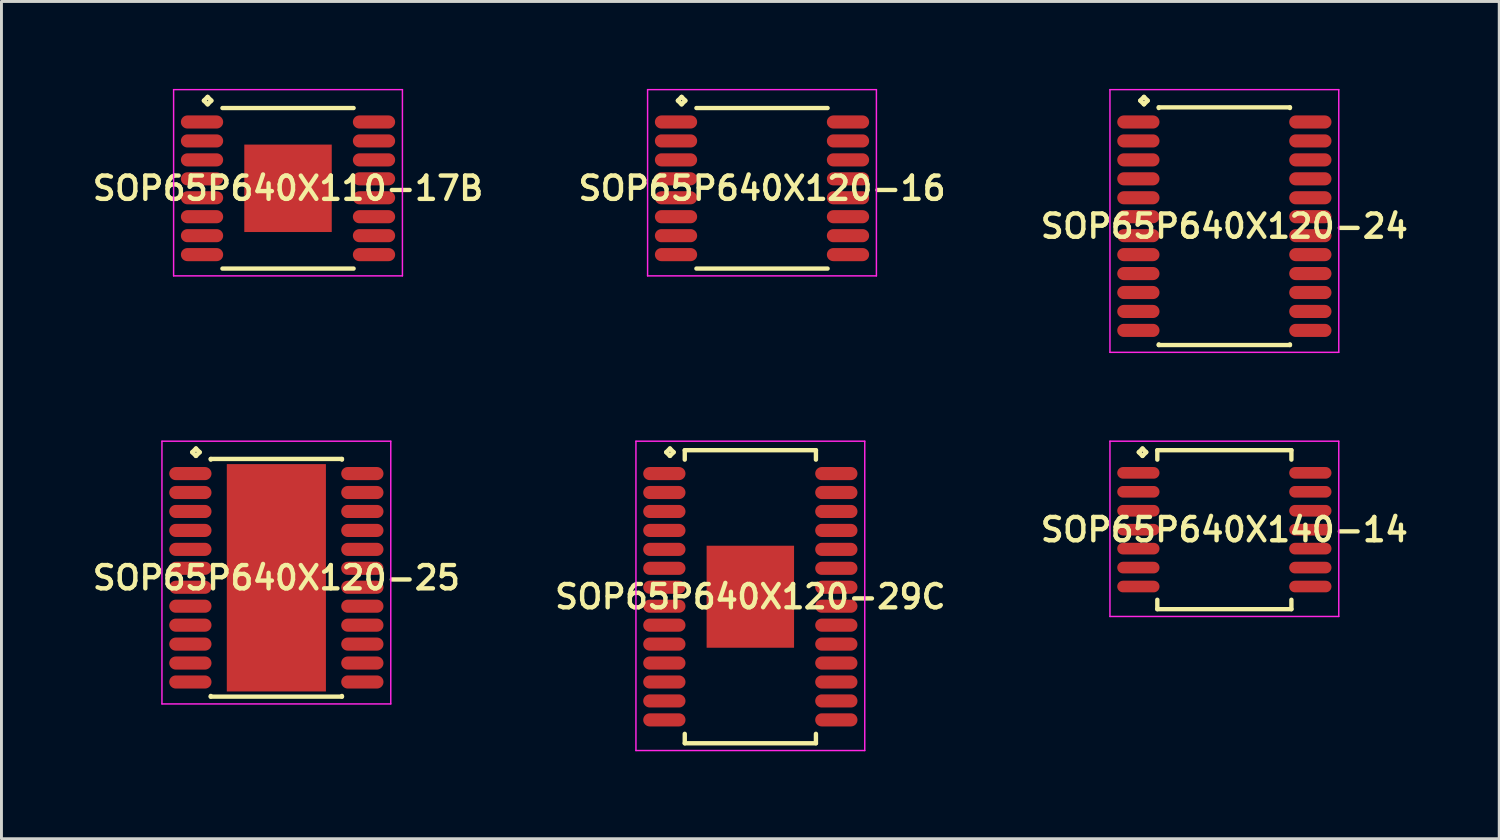
<source format=kicad_pcb>
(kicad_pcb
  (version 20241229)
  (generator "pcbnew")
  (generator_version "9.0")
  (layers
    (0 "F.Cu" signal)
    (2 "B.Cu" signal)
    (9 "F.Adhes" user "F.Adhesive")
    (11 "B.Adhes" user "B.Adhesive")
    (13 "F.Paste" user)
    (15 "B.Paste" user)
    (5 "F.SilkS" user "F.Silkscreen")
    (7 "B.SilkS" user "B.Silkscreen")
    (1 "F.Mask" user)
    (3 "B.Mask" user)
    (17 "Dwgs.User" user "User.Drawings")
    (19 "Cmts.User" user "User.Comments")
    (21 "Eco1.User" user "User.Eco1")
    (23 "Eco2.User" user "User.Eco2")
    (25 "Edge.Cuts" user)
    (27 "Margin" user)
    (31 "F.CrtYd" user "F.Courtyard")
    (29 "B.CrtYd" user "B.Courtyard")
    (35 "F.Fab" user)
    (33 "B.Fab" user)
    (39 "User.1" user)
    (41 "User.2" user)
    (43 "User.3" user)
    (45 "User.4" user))
  (footprint "SOP65P640X120-16"
    (layer "F.Cu")
    (at 23.092 3.41)
    (property "Reference" "SOP65P640X120-16" (at 0 0 0) (layer "F.SilkS") (effects (font (size 0.8 0.8) (thickness 0.15))))
    (attr smd)
    (fp_line (start -2.885 -3.008) (end -2.758 -3.135) (stroke (width 0.15) (type solid)) (layer "F.SilkS"))
    (fp_line (start -2.758 -3.135) (end -2.631 -3.008) (stroke (width 0.15) (type solid)) (layer "F.SilkS"))
    (fp_line (start -2.758 -2.881) (end -2.885 -3.008) (stroke (width 0.15) (type solid)) (layer "F.SilkS"))
    (fp_line (start -2.631 -3.008) (end -2.758 -2.881) (stroke (width 0.15) (type solid)) (layer "F.SilkS"))
    (fp_line (start -2.25 -2.754) (end 2.25 -2.754) (stroke (width 0.15) (type solid)) (layer "F.SilkS"))
    (fp_line (start -2.25 2.754) (end 2.25 2.754) (stroke (width 0.15) (type solid)) (layer "F.SilkS"))
    (fp_line (start -3.925 -3.385) (end 3.925 -3.385) (stroke (width 0.05) (type solid)) (layer "F.CrtYd"))
    (fp_line (start -3.925 3.004) (end -3.925 -3.385) (stroke (width 0.05) (type solid)) (layer "F.CrtYd"))
    (fp_line (start 3.925 -3.385) (end 3.925 3.004) (stroke (width 0.05) (type solid)) (layer "F.CrtYd"))
    (fp_line (start 3.925 3.004) (end -3.925 3.004) (stroke (width 0.05) (type solid)) (layer "F.CrtYd"))
    (pad "1" smd oval (at -2.95 -2.275) (size 1.45 0.45) (layers "F.Cu" "F.Mask" "F.Paste"))
    (pad "2" smd oval (at -2.95 -1.625) (size 1.45 0.45) (layers "F.Cu" "F.Mask" "F.Paste"))
    (pad "3" smd oval (at -2.95 -0.975) (size 1.45 0.45) (layers "F.Cu" "F.Mask" "F.Paste"))
    (pad "4" smd oval (at -2.95 -0.325) (size 1.45 0.45) (layers "F.Cu" "F.Mask" "F.Paste"))
    (pad "5" smd oval (at -2.95 0.325) (size 1.45 0.45) (layers "F.Cu" "F.Mask" "F.Paste"))
    (pad "6" smd oval (at -2.95 0.975) (size 1.45 0.45) (layers "F.Cu" "F.Mask" "F.Paste"))
    (pad "7" smd oval (at -2.95 1.625) (size 1.45 0.45) (layers "F.Cu" "F.Mask" "F.Paste"))
    (pad "8" smd oval (at -2.95 2.275) (size 1.45 0.45) (layers "F.Cu" "F.Mask" "F.Paste"))
    (pad "9" smd oval (at 2.95 2.275) (size 1.45 0.45) (layers "F.Cu" "F.Mask" "F.Paste"))
    (pad "10" smd oval (at 2.95 1.625) (size 1.45 0.45) (layers "F.Cu" "F.Mask" "F.Paste"))
    (pad "11" smd oval (at 2.95 0.975) (size 1.45 0.45) (layers "F.Cu" "F.Mask" "F.Paste"))
    (pad "12" smd oval (at 2.95 0.325) (size 1.45 0.45) (layers "F.Cu" "F.Mask" "F.Paste"))
    (pad "13" smd oval (at 2.95 -0.325) (size 1.45 0.45) (layers "F.Cu" "F.Mask" "F.Paste"))
    (pad "14" smd oval (at 2.95 -0.975) (size 1.45 0.45) (layers "F.Cu" "F.Mask" "F.Paste"))
    (pad "15" smd oval (at 2.95 -1.625) (size 1.45 0.45) (layers "F.Cu" "F.Mask" "F.Paste"))
    (pad "16" smd oval (at 2.95 -2.275) (size 1.45 0.45) (layers "F.Cu" "F.Mask" "F.Paste")))
  (footprint "SOP65P640X120-29C"
    (layer "F.Cu")
    (at 22.692 17.422)
    (property "Reference" "SOP65P640X120-29C" (at 0 0 0) (layer "F.SilkS") (effects (font (size 0.8 0.8) (thickness 0.15))))
    (attr smd)
    (fp_line (start -2.885 -4.958) (end -2.758 -5.085) (stroke (width 0.15) (type solid)) (layer "F.SilkS"))
    (fp_line (start -2.758 -5.085) (end -2.631 -4.958) (stroke (width 0.15) (type solid)) (layer "F.SilkS"))
    (fp_line (start -2.758 -4.831) (end -2.885 -4.958) (stroke (width 0.15) (type solid)) (layer "F.SilkS"))
    (fp_line (start -2.631 -4.958) (end -2.758 -4.831) (stroke (width 0.15) (type solid)) (layer "F.SilkS"))
    (fp_line (start -2.25 -5.027) (end 2.25 -5.027) (stroke (width 0.15) (type solid)) (layer "F.SilkS"))
    (fp_line (start -2.25 -4.704) (end -2.25 -5.027) (stroke (width 0.15) (type solid)) (layer "F.SilkS"))
    (fp_line (start -2.25 4.704) (end -2.25 5.027) (stroke (width 0.15) (type solid)) (layer "F.SilkS"))
    (fp_line (start -2.25 5.027) (end 2.25 5.027) (stroke (width 0.15) (type solid)) (layer "F.SilkS"))
    (fp_line (start 2.25 -5.027) (end 2.25 -4.704) (stroke (width 0.15) (type solid)) (layer "F.SilkS"))
    (fp_line (start 2.25 5.027) (end 2.25 4.704) (stroke (width 0.15) (type solid)) (layer "F.SilkS"))
    (fp_line (start -3.925 -5.335) (end 3.925 -5.335) (stroke (width 0.05) (type solid)) (layer "F.CrtYd"))
    (fp_line (start -3.925 5.277) (end -3.925 -5.335) (stroke (width 0.05) (type solid)) (layer "F.CrtYd"))
    (fp_line (start 3.925 -5.335) (end 3.925 5.277) (stroke (width 0.05) (type solid)) (layer "F.CrtYd"))
    (fp_line (start 3.925 5.277) (end -3.925 5.277) (stroke (width 0.05) (type solid)) (layer "F.CrtYd"))
    (pad "1" smd oval (at -2.95 -4.225) (size 1.45 0.45) (layers "F.Cu" "F.Mask" "F.Paste"))
    (pad "2" smd oval (at -2.95 -3.575) (size 1.45 0.45) (layers "F.Cu" "F.Mask" "F.Paste"))
    (pad "3" smd oval (at -2.95 -2.925) (size 1.45 0.45) (layers "F.Cu" "F.Mask" "F.Paste"))
    (pad "4" smd oval (at -2.95 -2.275) (size 1.45 0.45) (layers "F.Cu" "F.Mask" "F.Paste"))
    (pad "5" smd oval (at -2.95 -1.625) (size 1.45 0.45) (layers "F.Cu" "F.Mask" "F.Paste"))
    (pad "6" smd oval (at -2.95 -0.975) (size 1.45 0.45) (layers "F.Cu" "F.Mask" "F.Paste"))
    (pad "7" smd oval (at -2.95 -0.325) (size 1.45 0.45) (layers "F.Cu" "F.Mask" "F.Paste"))
    (pad "8" smd oval (at -2.95 0.325) (size 1.45 0.45) (layers "F.Cu" "F.Mask" "F.Paste"))
    (pad "9" smd oval (at -2.95 0.975) (size 1.45 0.45) (layers "F.Cu" "F.Mask" "F.Paste"))
    (pad "10" smd oval (at -2.95 1.625) (size 1.45 0.45) (layers "F.Cu" "F.Mask" "F.Paste"))
    (pad "11" smd oval (at -2.95 2.275) (size 1.45 0.45) (layers "F.Cu" "F.Mask" "F.Paste"))
    (pad "12" smd oval (at -2.95 2.925) (size 1.45 0.45) (layers "F.Cu" "F.Mask" "F.Paste"))
    (pad "13" smd oval (at -2.95 3.575) (size 1.45 0.45) (layers "F.Cu" "F.Mask" "F.Paste"))
    (pad "14" smd oval (at -2.95 4.225) (size 1.45 0.45) (layers "F.Cu" "F.Mask" "F.Paste"))
    (pad "15" smd oval (at 2.95 4.225) (size 1.45 0.45) (layers "F.Cu" "F.Mask" "F.Paste"))
    (pad "16" smd oval (at 2.95 3.575) (size 1.45 0.45) (layers "F.Cu" "F.Mask" "F.Paste"))
    (pad "17" smd oval (at 2.95 2.925) (size 1.45 0.45) (layers "F.Cu" "F.Mask" "F.Paste"))
    (pad "18" smd oval (at 2.95 2.275) (size 1.45 0.45) (layers "F.Cu" "F.Mask" "F.Paste"))
    (pad "19" smd oval (at 2.95 1.625) (size 1.45 0.45) (layers "F.Cu" "F.Mask" "F.Paste"))
    (pad "20" smd oval (at 2.95 0.975) (size 1.45 0.45) (layers "F.Cu" "F.Mask" "F.Paste"))
    (pad "21" smd oval (at 2.95 0.325) (size 1.45 0.45) (layers "F.Cu" "F.Mask" "F.Paste"))
    (pad "22" smd oval (at 2.95 -0.325) (size 1.45 0.45) (layers "F.Cu" "F.Mask" "F.Paste"))
    (pad "23" smd oval (at 2.95 -0.975) (size 1.45 0.45) (layers "F.Cu" "F.Mask" "F.Paste"))
    (pad "24" smd oval (at 2.95 -1.625) (size 1.45 0.45) (layers "F.Cu" "F.Mask" "F.Paste"))
    (pad "25" smd oval (at 2.95 -2.275) (size 1.45 0.45) (layers "F.Cu" "F.Mask" "F.Paste"))
    (pad "26" smd oval (at 2.95 -2.925) (size 1.45 0.45) (layers "F.Cu" "F.Mask" "F.Paste"))
    (pad "27" smd oval (at 2.95 -3.575) (size 1.45 0.45) (layers "F.Cu" "F.Mask" "F.Paste"))
    (pad "28" smd oval (at 2.95 -4.225) (size 1.45 0.45) (layers "F.Cu" "F.Mask" "F.Paste"))
    (pad "29" smd rect (at 0 0) (size 3 3.5) (layers "F.Cu" "F.Mask" "F.Paste")))
  (footprint "SOP65P640X120-24"
    (layer "F.Cu")
    (at 38.954 4.71)
    (property "Reference" "SOP65P640X120-24" (at 0 0 0) (layer "F.SilkS") (effects (font (size 0.8 0.8) (thickness 0.15))))
    (attr smd)
    (fp_line (start -2.885 -4.308) (end -2.758 -4.435) (stroke (width 0.15) (type solid)) (layer "F.SilkS"))
    (fp_line (start -2.758 -4.435) (end -2.631 -4.308) (stroke (width 0.15) (type solid)) (layer "F.SilkS"))
    (fp_line (start -2.758 -4.181) (end -2.885 -4.308) (stroke (width 0.15) (type solid)) (layer "F.SilkS"))
    (fp_line (start -2.631 -4.308) (end -2.758 -4.181) (stroke (width 0.15) (type solid)) (layer "F.SilkS"))
    (fp_line (start -2.25 -4.077) (end 2.25 -4.077) (stroke (width 0.15) (type solid)) (layer "F.SilkS"))
    (fp_line (start -2.25 -4.054) (end -2.25 -4.077) (stroke (width 0.15) (type solid)) (layer "F.SilkS"))
    (fp_line (start -2.25 4.054) (end -2.25 4.077) (stroke (width 0.15) (type solid)) (layer "F.SilkS"))
    (fp_line (start -2.25 4.077) (end 2.25 4.077) (stroke (width 0.15) (type solid)) (layer "F.SilkS"))
    (fp_line (start 2.25 -4.077) (end 2.25 -4.054) (stroke (width 0.15) (type solid)) (layer "F.SilkS"))
    (fp_line (start 2.25 4.077) (end 2.25 4.054) (stroke (width 0.15) (type solid)) (layer "F.SilkS"))
    (fp_line (start -3.925 -4.685) (end 3.925 -4.685) (stroke (width 0.05) (type solid)) (layer "F.CrtYd"))
    (fp_line (start -3.925 4.327) (end -3.925 -4.685) (stroke (width 0.05) (type solid)) (layer "F.CrtYd"))
    (fp_line (start 3.925 -4.685) (end 3.925 4.327) (stroke (width 0.05) (type solid)) (layer "F.CrtYd"))
    (fp_line (start 3.925 4.327) (end -3.925 4.327) (stroke (width 0.05) (type solid)) (layer "F.CrtYd"))
    (pad "1" smd oval (at -2.95 -3.575) (size 1.45 0.45) (layers "F.Cu" "F.Mask" "F.Paste"))
    (pad "2" smd oval (at -2.95 -2.925) (size 1.45 0.45) (layers "F.Cu" "F.Mask" "F.Paste"))
    (pad "3" smd oval (at -2.95 -2.275) (size 1.45 0.45) (layers "F.Cu" "F.Mask" "F.Paste"))
    (pad "4" smd oval (at -2.95 -1.625) (size 1.45 0.45) (layers "F.Cu" "F.Mask" "F.Paste"))
    (pad "5" smd oval (at -2.95 -0.975) (size 1.45 0.45) (layers "F.Cu" "F.Mask" "F.Paste"))
    (pad "6" smd oval (at -2.95 -0.325) (size 1.45 0.45) (layers "F.Cu" "F.Mask" "F.Paste"))
    (pad "7" smd oval (at -2.95 0.325) (size 1.45 0.45) (layers "F.Cu" "F.Mask" "F.Paste"))
    (pad "8" smd oval (at -2.95 0.975) (size 1.45 0.45) (layers "F.Cu" "F.Mask" "F.Paste"))
    (pad "9" smd oval (at -2.95 1.625) (size 1.45 0.45) (layers "F.Cu" "F.Mask" "F.Paste"))
    (pad "10" smd oval (at -2.95 2.275) (size 1.45 0.45) (layers "F.Cu" "F.Mask" "F.Paste"))
    (pad "11" smd oval (at -2.95 2.925) (size 1.45 0.45) (layers "F.Cu" "F.Mask" "F.Paste"))
    (pad "12" smd oval (at -2.95 3.575) (size 1.45 0.45) (layers "F.Cu" "F.Mask" "F.Paste"))
    (pad "13" smd oval (at 2.95 3.575) (size 1.45 0.45) (layers "F.Cu" "F.Mask" "F.Paste"))
    (pad "14" smd oval (at 2.95 2.925) (size 1.45 0.45) (layers "F.Cu" "F.Mask" "F.Paste"))
    (pad "15" smd oval (at 2.95 2.275) (size 1.45 0.45) (layers "F.Cu" "F.Mask" "F.Paste"))
    (pad "16" smd oval (at 2.95 1.625) (size 1.45 0.45) (layers "F.Cu" "F.Mask" "F.Paste"))
    (pad "17" smd oval (at 2.95 0.975) (size 1.45 0.45) (layers "F.Cu" "F.Mask" "F.Paste"))
    (pad "18" smd oval (at 2.95 0.325) (size 1.45 0.45) (layers "F.Cu" "F.Mask" "F.Paste"))
    (pad "19" smd oval (at 2.95 -0.325) (size 1.45 0.45) (layers "F.Cu" "F.Mask" "F.Paste"))
    (pad "20" smd oval (at 2.95 -0.975) (size 1.45 0.45) (layers "F.Cu" "F.Mask" "F.Paste"))
    (pad "21" smd oval (at 2.95 -1.625) (size 1.45 0.45) (layers "F.Cu" "F.Mask" "F.Paste"))
    (pad "22" smd oval (at 2.95 -2.275) (size 1.45 0.45) (layers "F.Cu" "F.Mask" "F.Paste"))
    (pad "23" smd oval (at 2.95 -2.925) (size 1.45 0.45) (layers "F.Cu" "F.Mask" "F.Paste"))
    (pad "24" smd oval (at 2.95 -3.575) (size 1.45 0.45) (layers "F.Cu" "F.Mask" "F.Paste")))
  (footprint "SOP65P640X110-17B"
    (layer "F.Cu")
    (at 6.831 3.41)
    (property "Reference" "SOP65P640X110-17B" (at 0 0 0) (layer "F.SilkS") (effects (font (size 0.8 0.8) (thickness 0.15))))
    (attr smd)
    (fp_line (start -2.885 -3.008) (end -2.758 -3.135) (stroke (width 0.15) (type solid)) (layer "F.SilkS"))
    (fp_line (start -2.758 -3.135) (end -2.631 -3.008) (stroke (width 0.15) (type solid)) (layer "F.SilkS"))
    (fp_line (start -2.758 -2.881) (end -2.885 -3.008) (stroke (width 0.15) (type solid)) (layer "F.SilkS"))
    (fp_line (start -2.631 -3.008) (end -2.758 -2.881) (stroke (width 0.15) (type solid)) (layer "F.SilkS"))
    (fp_line (start -2.25 -2.754) (end 2.25 -2.754) (stroke (width 0.15) (type solid)) (layer "F.SilkS"))
    (fp_line (start -2.25 2.754) (end 2.25 2.754) (stroke (width 0.15) (type solid)) (layer "F.SilkS"))
    (fp_line (start -3.925 -3.385) (end 3.925 -3.385) (stroke (width 0.05) (type solid)) (layer "F.CrtYd"))
    (fp_line (start -3.925 3.004) (end -3.925 -3.385) (stroke (width 0.05) (type solid)) (layer "F.CrtYd"))
    (fp_line (start 3.925 -3.385) (end 3.925 3.004) (stroke (width 0.05) (type solid)) (layer "F.CrtYd"))
    (fp_line (start 3.925 3.004) (end -3.925 3.004) (stroke (width 0.05) (type solid)) (layer "F.CrtYd"))
    (pad "1" smd oval (at -2.95 -2.275) (size 1.45 0.45) (layers "F.Cu" "F.Mask" "F.Paste"))
    (pad "2" smd oval (at -2.95 -1.625) (size 1.45 0.45) (layers "F.Cu" "F.Mask" "F.Paste"))
    (pad "3" smd oval (at -2.95 -0.975) (size 1.45 0.45) (layers "F.Cu" "F.Mask" "F.Paste"))
    (pad "4" smd oval (at -2.95 -0.325) (size 1.45 0.45) (layers "F.Cu" "F.Mask" "F.Paste"))
    (pad "5" smd oval (at -2.95 0.325) (size 1.45 0.45) (layers "F.Cu" "F.Mask" "F.Paste"))
    (pad "6" smd oval (at -2.95 0.975) (size 1.45 0.45) (layers "F.Cu" "F.Mask" "F.Paste"))
    (pad "7" smd oval (at -2.95 1.625) (size 1.45 0.45) (layers "F.Cu" "F.Mask" "F.Paste"))
    (pad "8" smd oval (at -2.95 2.275) (size 1.45 0.45) (layers "F.Cu" "F.Mask" "F.Paste"))
    (pad "9" smd oval (at 2.95 2.275) (size 1.45 0.45) (layers "F.Cu" "F.Mask" "F.Paste"))
    (pad "10" smd oval (at 2.95 1.625) (size 1.45 0.45) (layers "F.Cu" "F.Mask" "F.Paste"))
    (pad "11" smd oval (at 2.95 0.975) (size 1.45 0.45) (layers "F.Cu" "F.Mask" "F.Paste"))
    (pad "12" smd oval (at 2.95 0.325) (size 1.45 0.45) (layers "F.Cu" "F.Mask" "F.Paste"))
    (pad "13" smd oval (at 2.95 -0.325) (size 1.45 0.45) (layers "F.Cu" "F.Mask" "F.Paste"))
    (pad "14" smd oval (at 2.95 -0.975) (size 1.45 0.45) (layers "F.Cu" "F.Mask" "F.Paste"))
    (pad "15" smd oval (at 2.95 -1.625) (size 1.45 0.45) (layers "F.Cu" "F.Mask" "F.Paste"))
    (pad "16" smd oval (at 2.95 -2.275) (size 1.45 0.45) (layers "F.Cu" "F.Mask" "F.Paste"))
    (pad "17" smd rect (at 0 0) (size 3 3) (layers "F.Cu" "F.Mask" "F.Paste")))
  (footprint "SOP65P640X140-14"
    (layer "F.Cu")
    (at 38.954 15.122)
    (property "Reference" "SOP65P640X140-14" (at 0 0 0) (layer "F.SilkS") (effects (font (size 0.8 0.8) (thickness 0.15))))
    (attr smd)
    (fp_line (start -2.935 -2.658) (end -2.808 -2.785) (stroke (width 0.15) (type solid)) (layer "F.SilkS"))
    (fp_line (start -2.808 -2.785) (end -2.681 -2.658) (stroke (width 0.15) (type solid)) (layer "F.SilkS"))
    (fp_line (start -2.808 -2.531) (end -2.935 -2.658) (stroke (width 0.15) (type solid)) (layer "F.SilkS"))
    (fp_line (start -2.681 -2.658) (end -2.808 -2.531) (stroke (width 0.15) (type solid)) (layer "F.SilkS"))
    (fp_line (start -2.3 -2.727) (end 2.3 -2.727) (stroke (width 0.15) (type solid)) (layer "F.SilkS"))
    (fp_line (start -2.3 -2.404) (end -2.3 -2.727) (stroke (width 0.15) (type solid)) (layer "F.SilkS"))
    (fp_line (start -2.3 2.404) (end -2.3 2.727) (stroke (width 0.15) (type solid)) (layer "F.SilkS"))
    (fp_line (start -2.3 2.727) (end 2.3 2.727) (stroke (width 0.15) (type solid)) (layer "F.SilkS"))
    (fp_line (start 2.3 -2.727) (end 2.3 -2.404) (stroke (width 0.15) (type solid)) (layer "F.SilkS"))
    (fp_line (start 2.3 2.727) (end 2.3 2.404) (stroke (width 0.15) (type solid)) (layer "F.SilkS"))
    (fp_line (start -3.925 -3.035) (end 3.925 -3.035) (stroke (width 0.05) (type solid)) (layer "F.CrtYd"))
    (fp_line (start -3.925 2.977) (end -3.925 -3.035) (stroke (width 0.05) (type solid)) (layer "F.CrtYd"))
    (fp_line (start 3.925 -3.035) (end 3.925 2.977) (stroke (width 0.05) (type solid)) (layer "F.CrtYd"))
    (fp_line (start 3.925 2.977) (end -3.925 2.977) (stroke (width 0.05) (type solid)) (layer "F.CrtYd"))
    (pad "1" smd oval (at -2.95 -1.95) (size 1.45 0.4) (layers "F.Cu" "F.Mask" "F.Paste"))
    (pad "2" smd oval (at -2.95 -1.3) (size 1.45 0.4) (layers "F.Cu" "F.Mask" "F.Paste"))
    (pad "3" smd oval (at -2.95 -0.65) (size 1.45 0.4) (layers "F.Cu" "F.Mask" "F.Paste"))
    (pad "4" smd oval (at -2.95 0) (size 1.45 0.4) (layers "F.Cu" "F.Mask" "F.Paste"))
    (pad "5" smd oval (at -2.95 0.65) (size 1.45 0.4) (layers "F.Cu" "F.Mask" "F.Paste"))
    (pad "6" smd oval (at -2.95 1.3) (size 1.45 0.4) (layers "F.Cu" "F.Mask" "F.Paste"))
    (pad "7" smd oval (at -2.95 1.95) (size 1.45 0.4) (layers "F.Cu" "F.Mask" "F.Paste"))
    (pad "8" smd oval (at 2.95 1.95) (size 1.45 0.4) (layers "F.Cu" "F.Mask" "F.Paste"))
    (pad "9" smd oval (at 2.95 1.3) (size 1.45 0.4) (layers "F.Cu" "F.Mask" "F.Paste"))
    (pad "10" smd oval (at 2.95 0.65) (size 1.45 0.4) (layers "F.Cu" "F.Mask" "F.Paste"))
    (pad "11" smd oval (at 2.95 0) (size 1.45 0.4) (layers "F.Cu" "F.Mask" "F.Paste"))
    (pad "12" smd oval (at 2.95 -0.65) (size 1.45 0.4) (layers "F.Cu" "F.Mask" "F.Paste"))
    (pad "13" smd oval (at 2.95 -1.3) (size 1.45 0.4) (layers "F.Cu" "F.Mask" "F.Paste"))
    (pad "14" smd oval (at 2.95 -1.95) (size 1.45 0.4) (layers "F.Cu" "F.Mask" "F.Paste")))
  (footprint "SOP65P640X120-25"
    (layer "F.Cu")
    (at 6.431 16.772)
    (property "Reference" "SOP65P640X120-25" (at 0 0 0) (layer "F.SilkS") (effects (font (size 0.8 0.8) (thickness 0.15))))
    (attr smd)
    (fp_line (start -2.885 -4.308) (end -2.758 -4.435) (stroke (width 0.15) (type solid)) (layer "F.SilkS"))
    (fp_line (start -2.758 -4.435) (end -2.631 -4.308) (stroke (width 0.15) (type solid)) (layer "F.SilkS"))
    (fp_line (start -2.758 -4.181) (end -2.885 -4.308) (stroke (width 0.15) (type solid)) (layer "F.SilkS"))
    (fp_line (start -2.631 -4.308) (end -2.758 -4.181) (stroke (width 0.15) (type solid)) (layer "F.SilkS"))
    (fp_line (start -2.25 -4.077) (end 2.25 -4.077) (stroke (width 0.15) (type solid)) (layer "F.SilkS"))
    (fp_line (start -2.25 -4.054) (end -2.25 -4.077) (stroke (width 0.15) (type solid)) (layer "F.SilkS"))
    (fp_line (start -2.25 4.054) (end -2.25 4.077) (stroke (width 0.15) (type solid)) (layer "F.SilkS"))
    (fp_line (start -2.25 4.077) (end 2.25 4.077) (stroke (width 0.15) (type solid)) (layer "F.SilkS"))
    (fp_line (start 2.25 -4.077) (end 2.25 -4.054) (stroke (width 0.15) (type solid)) (layer "F.SilkS"))
    (fp_line (start 2.25 4.077) (end 2.25 4.054) (stroke (width 0.15) (type solid)) (layer "F.SilkS"))
    (fp_line (start -3.925 -4.685) (end 3.925 -4.685) (stroke (width 0.05) (type solid)) (layer "F.CrtYd"))
    (fp_line (start -3.925 4.327) (end -3.925 -4.685) (stroke (width 0.05) (type solid)) (layer "F.CrtYd"))
    (fp_line (start 3.925 -4.685) (end 3.925 4.327) (stroke (width 0.05) (type solid)) (layer "F.CrtYd"))
    (fp_line (start 3.925 4.327) (end -3.925 4.327) (stroke (width 0.05) (type solid)) (layer "F.CrtYd"))
    (pad "1" smd oval (at -2.95 -3.575) (size 1.45 0.45) (layers "F.Cu" "F.Mask" "F.Paste"))
    (pad "2" smd oval (at -2.95 -2.925) (size 1.45 0.45) (layers "F.Cu" "F.Mask" "F.Paste"))
    (pad "3" smd oval (at -2.95 -2.275) (size 1.45 0.45) (layers "F.Cu" "F.Mask" "F.Paste"))
    (pad "4" smd oval (at -2.95 -1.625) (size 1.45 0.45) (layers "F.Cu" "F.Mask" "F.Paste"))
    (pad "5" smd oval (at -2.95 -0.975) (size 1.45 0.45) (layers "F.Cu" "F.Mask" "F.Paste"))
    (pad "6" smd oval (at -2.95 -0.325) (size 1.45 0.45) (layers "F.Cu" "F.Mask" "F.Paste"))
    (pad "7" smd oval (at -2.95 0.325) (size 1.45 0.45) (layers "F.Cu" "F.Mask" "F.Paste"))
    (pad "8" smd oval (at -2.95 0.975) (size 1.45 0.45) (layers "F.Cu" "F.Mask" "F.Paste"))
    (pad "9" smd oval (at -2.95 1.625) (size 1.45 0.45) (layers "F.Cu" "F.Mask" "F.Paste"))
    (pad "10" smd oval (at -2.95 2.275) (size 1.45 0.45) (layers "F.Cu" "F.Mask" "F.Paste"))
    (pad "11" smd oval (at -2.95 2.925) (size 1.45 0.45) (layers "F.Cu" "F.Mask" "F.Paste"))
    (pad "12" smd oval (at -2.95 3.575) (size 1.45 0.45) (layers "F.Cu" "F.Mask" "F.Paste"))
    (pad "13" smd oval (at 2.95 3.575) (size 1.45 0.45) (layers "F.Cu" "F.Mask" "F.Paste"))
    (pad "14" smd oval (at 2.95 2.925) (size 1.45 0.45) (layers "F.Cu" "F.Mask" "F.Paste"))
    (pad "15" smd oval (at 2.95 2.275) (size 1.45 0.45) (layers "F.Cu" "F.Mask" "F.Paste"))
    (pad "16" smd oval (at 2.95 1.625) (size 1.45 0.45) (layers "F.Cu" "F.Mask" "F.Paste"))
    (pad "17" smd oval (at 2.95 0.975) (size 1.45 0.45) (layers "F.Cu" "F.Mask" "F.Paste"))
    (pad "18" smd oval (at 2.95 0.325) (size 1.45 0.45) (layers "F.Cu" "F.Mask" "F.Paste"))
    (pad "19" smd oval (at 2.95 -0.325) (size 1.45 0.45) (layers "F.Cu" "F.Mask" "F.Paste"))
    (pad "20" smd oval (at 2.95 -0.975) (size 1.45 0.45) (layers "F.Cu" "F.Mask" "F.Paste"))
    (pad "21" smd oval (at 2.95 -1.625) (size 1.45 0.45) (layers "F.Cu" "F.Mask" "F.Paste"))
    (pad "22" smd oval (at 2.95 -2.275) (size 1.45 0.45) (layers "F.Cu" "F.Mask" "F.Paste"))
    (pad "23" smd oval (at 2.95 -2.925) (size 1.45 0.45) (layers "F.Cu" "F.Mask" "F.Paste"))
    (pad "24" smd oval (at 2.95 -3.575) (size 1.45 0.45) (layers "F.Cu" "F.Mask" "F.Paste"))
    (pad "25" smd rect (at 0 0) (size 3.4 7.8) (layers "F.Cu" "F.Mask" "F.Paste")))
  (gr_rect
    (start -3 -3)
    (end 48.384 25.724)
    (stroke (width 0.1) (type default))
    (fill no)
    (layer "Edge.Cuts")))
</source>
